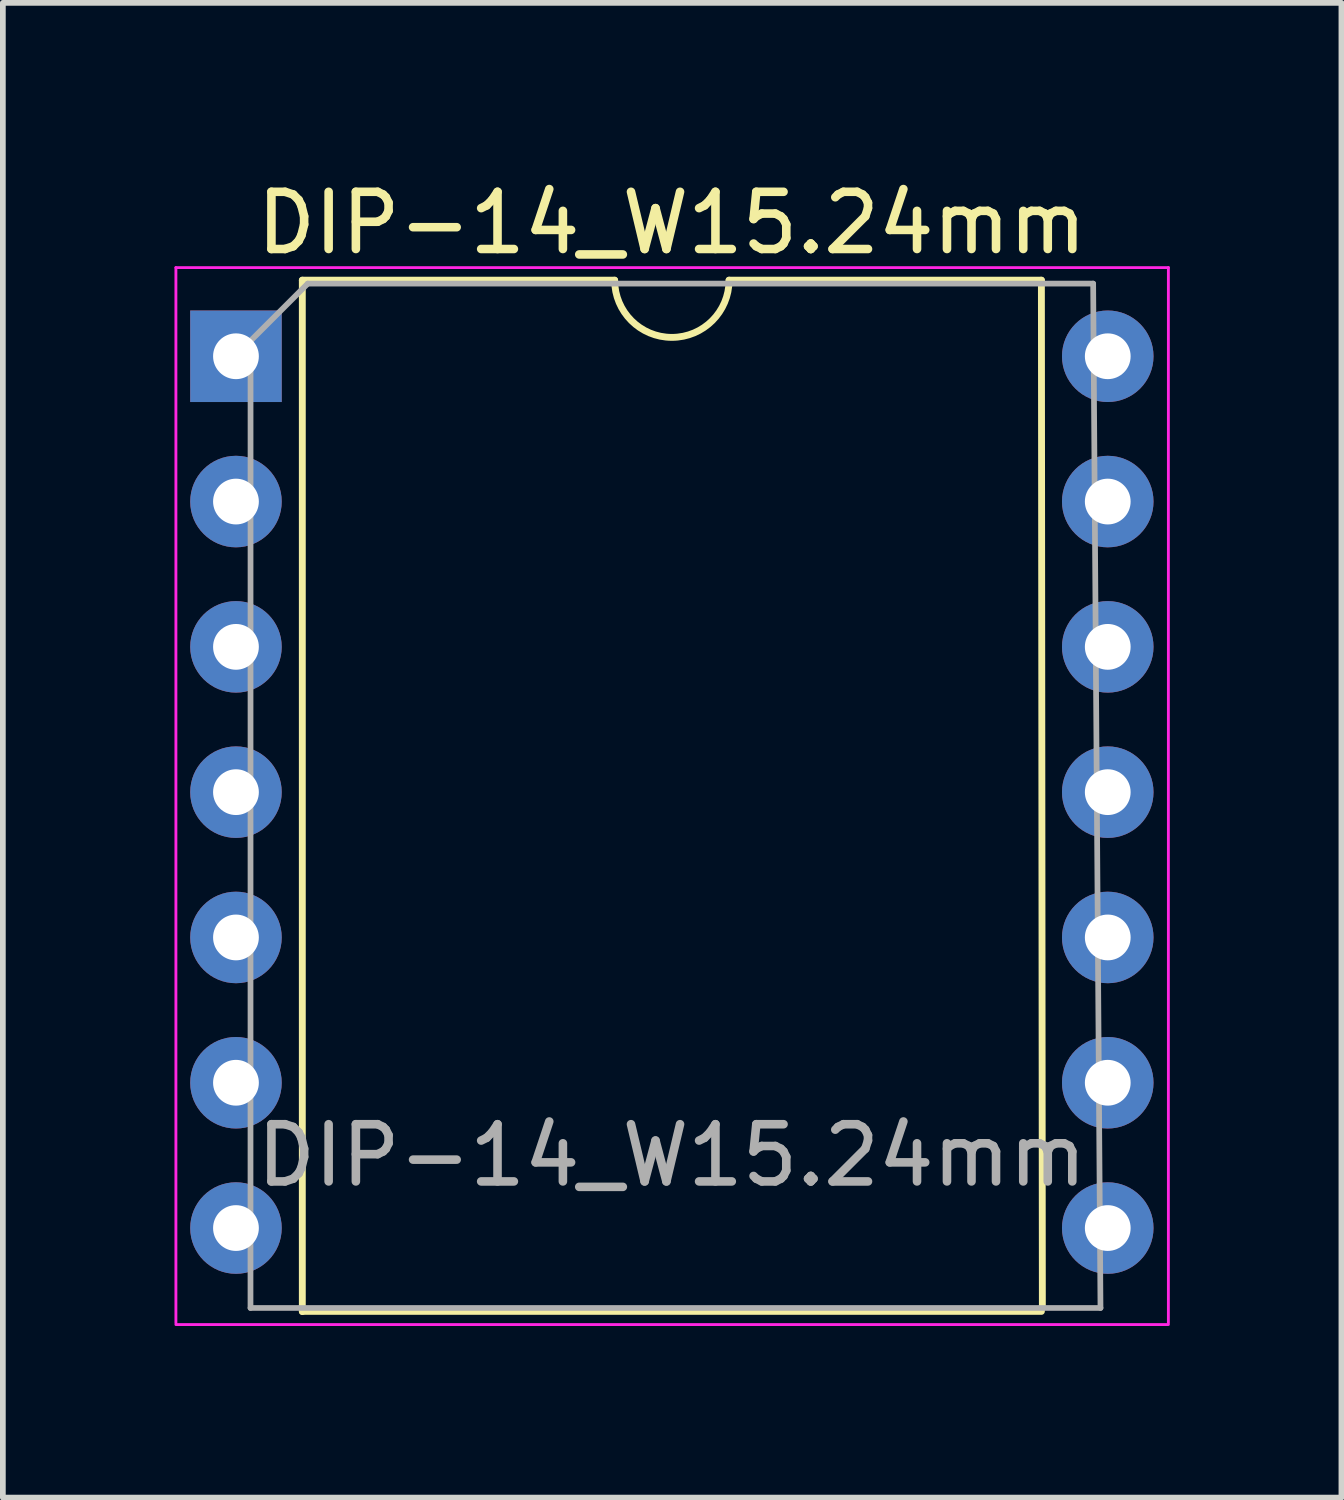
<source format=kicad_pcb>
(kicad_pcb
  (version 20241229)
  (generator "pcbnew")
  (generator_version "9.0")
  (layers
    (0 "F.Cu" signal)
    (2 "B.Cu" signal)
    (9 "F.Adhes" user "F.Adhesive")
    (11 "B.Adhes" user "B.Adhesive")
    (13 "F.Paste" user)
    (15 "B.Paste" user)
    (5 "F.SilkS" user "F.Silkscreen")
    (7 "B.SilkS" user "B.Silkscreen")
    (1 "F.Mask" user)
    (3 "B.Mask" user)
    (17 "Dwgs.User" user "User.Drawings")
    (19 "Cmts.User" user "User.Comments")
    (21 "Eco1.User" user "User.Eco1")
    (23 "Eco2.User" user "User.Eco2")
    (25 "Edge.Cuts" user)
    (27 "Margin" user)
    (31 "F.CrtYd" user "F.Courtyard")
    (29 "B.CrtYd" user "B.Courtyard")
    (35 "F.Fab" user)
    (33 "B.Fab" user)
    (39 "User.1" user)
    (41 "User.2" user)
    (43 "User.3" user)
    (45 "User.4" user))
  (footprint "DIP-14_W15.24mm"
    (layer "F.Cu")
    (at 1.075 3.178)
    (property "Reference" "DIP-14_W15.24mm" (at 7.62 -2.33 0) (layer "F.SilkS") (effects (font (size 1 1) (thickness 0.15))))
    (attr through_hole)
    (fp_line (start 1.16 -1.33) (end 1.16 16.7) (stroke (width 0.12) (type solid)) (layer "F.SilkS"))
    (fp_line (start 1.16 16.697) (end 14.08 16.697) (stroke (width 0.12) (type solid)) (layer "F.SilkS"))
    (fp_line (start 6.62 -1.33) (end 1.16 -1.33) (stroke (width 0.12) (type solid)) (layer "F.SilkS"))
    (fp_line (start 14.08 -1.33) (end 8.62 -1.33) (stroke (width 0.12) (type solid)) (layer "F.SilkS"))
    (fp_line (start 14.097 16.637) (end 14.08 -1.33) (stroke (width 0.12) (type solid)) (layer "F.SilkS"))
    (fp_arc (start 8.62 -1.33) (mid 7.62 -0.33) (end 6.62 -1.33) (stroke (width 0.12) (type solid)) (layer "F.SilkS"))
    (fp_line (start -1.05 -1.55) (end -1.05 16.9) (stroke (width 0.05) (type solid)) (layer "F.CrtYd"))
    (fp_line (start -1.05 16.927) (end 16.3 16.927) (stroke (width 0.05) (type solid)) (layer "F.CrtYd"))
    (fp_line (start 16.3 -1.55) (end -1.05 -1.55) (stroke (width 0.05) (type solid)) (layer "F.CrtYd"))
    (fp_line (start 16.3 16.9) (end 16.3 -1.55) (stroke (width 0.05) (type solid)) (layer "F.CrtYd"))
    (fp_line (start 0.254 16.637) (end 0.255 -0.27) (stroke (width 0.1) (type solid)) (layer "F.Fab"))
    (fp_line (start 0.255 -0.27) (end 1.255 -1.27) (stroke (width 0.1) (type solid)) (layer "F.Fab"))
    (fp_line (start 1.255 -1.27) (end 14.985 -1.27) (stroke (width 0.1) (type solid)) (layer "F.Fab"))
    (fp_line (start 14.985 -1.27) (end 15.113 16.637) (stroke (width 0.1) (type solid)) (layer "F.Fab"))
    (fp_line (start 15.113 16.637) (end 0.255 16.637) (stroke (width 0.1) (type solid)) (layer "F.Fab"))
    (fp_text user "${REFERENCE}" (at 7.62 13.97 0) (layer "F.Fab") (effects (font (size 1 1) (thickness 0.15))))
    (pad "1" thru_hole rect (at 0 0) (size 1.6 1.6) (drill 0.8) (layers "*.Cu" "*.Mask"))
    (pad "2" thru_hole oval (at 0 2.54) (size 1.6 1.6) (drill 0.8) (layers "*.Cu" "*.Mask"))
    (pad "3" thru_hole oval (at 0 5.08) (size 1.6 1.6) (drill 0.8) (layers "*.Cu" "*.Mask"))
    (pad "4" thru_hole oval (at 0 7.62) (size 1.6 1.6) (drill 0.8) (layers "*.Cu" "*.Mask"))
    (pad "5" thru_hole oval (at 0 10.16) (size 1.6 1.6) (drill 0.8) (layers "*.Cu" "*.Mask"))
    (pad "6" thru_hole oval (at 0 12.7) (size 1.6 1.6) (drill 0.8) (layers "*.Cu" "*.Mask"))
    (pad "7" thru_hole oval (at 0 15.24) (size 1.6 1.6) (drill 0.8) (layers "*.Cu" "*.Mask"))
    (pad "8" thru_hole oval (at 15.24 15.24) (size 1.6 1.6) (drill 0.8) (layers "*.Cu" "*.Mask"))
    (pad "9" thru_hole oval (at 15.24 12.7) (size 1.6 1.6) (drill 0.8) (layers "*.Cu" "*.Mask"))
    (pad "10" thru_hole oval (at 15.24 10.16) (size 1.6 1.6) (drill 0.8) (layers "*.Cu" "*.Mask"))
    (pad "11" thru_hole oval (at 15.24 7.62) (size 1.6 1.6) (drill 0.8) (layers "*.Cu" "*.Mask"))
    (pad "12" thru_hole oval (at 15.24 5.08) (size 1.6 1.6) (drill 0.8) (layers "*.Cu" "*.Mask"))
    (pad "13" thru_hole oval (at 15.24 2.54) (size 1.6 1.6) (drill 0.8) (layers "*.Cu" "*.Mask"))
    (pad "14" thru_hole oval (at 15.24 0) (size 1.6 1.6) (drill 0.8) (layers "*.Cu" "*.Mask")))
  (gr_rect
    (start -3 -3)
    (end 20.4 23.13)
    (stroke (width 0.1) (type default))
    (fill no)
    (layer "Edge.Cuts")))
</source>
